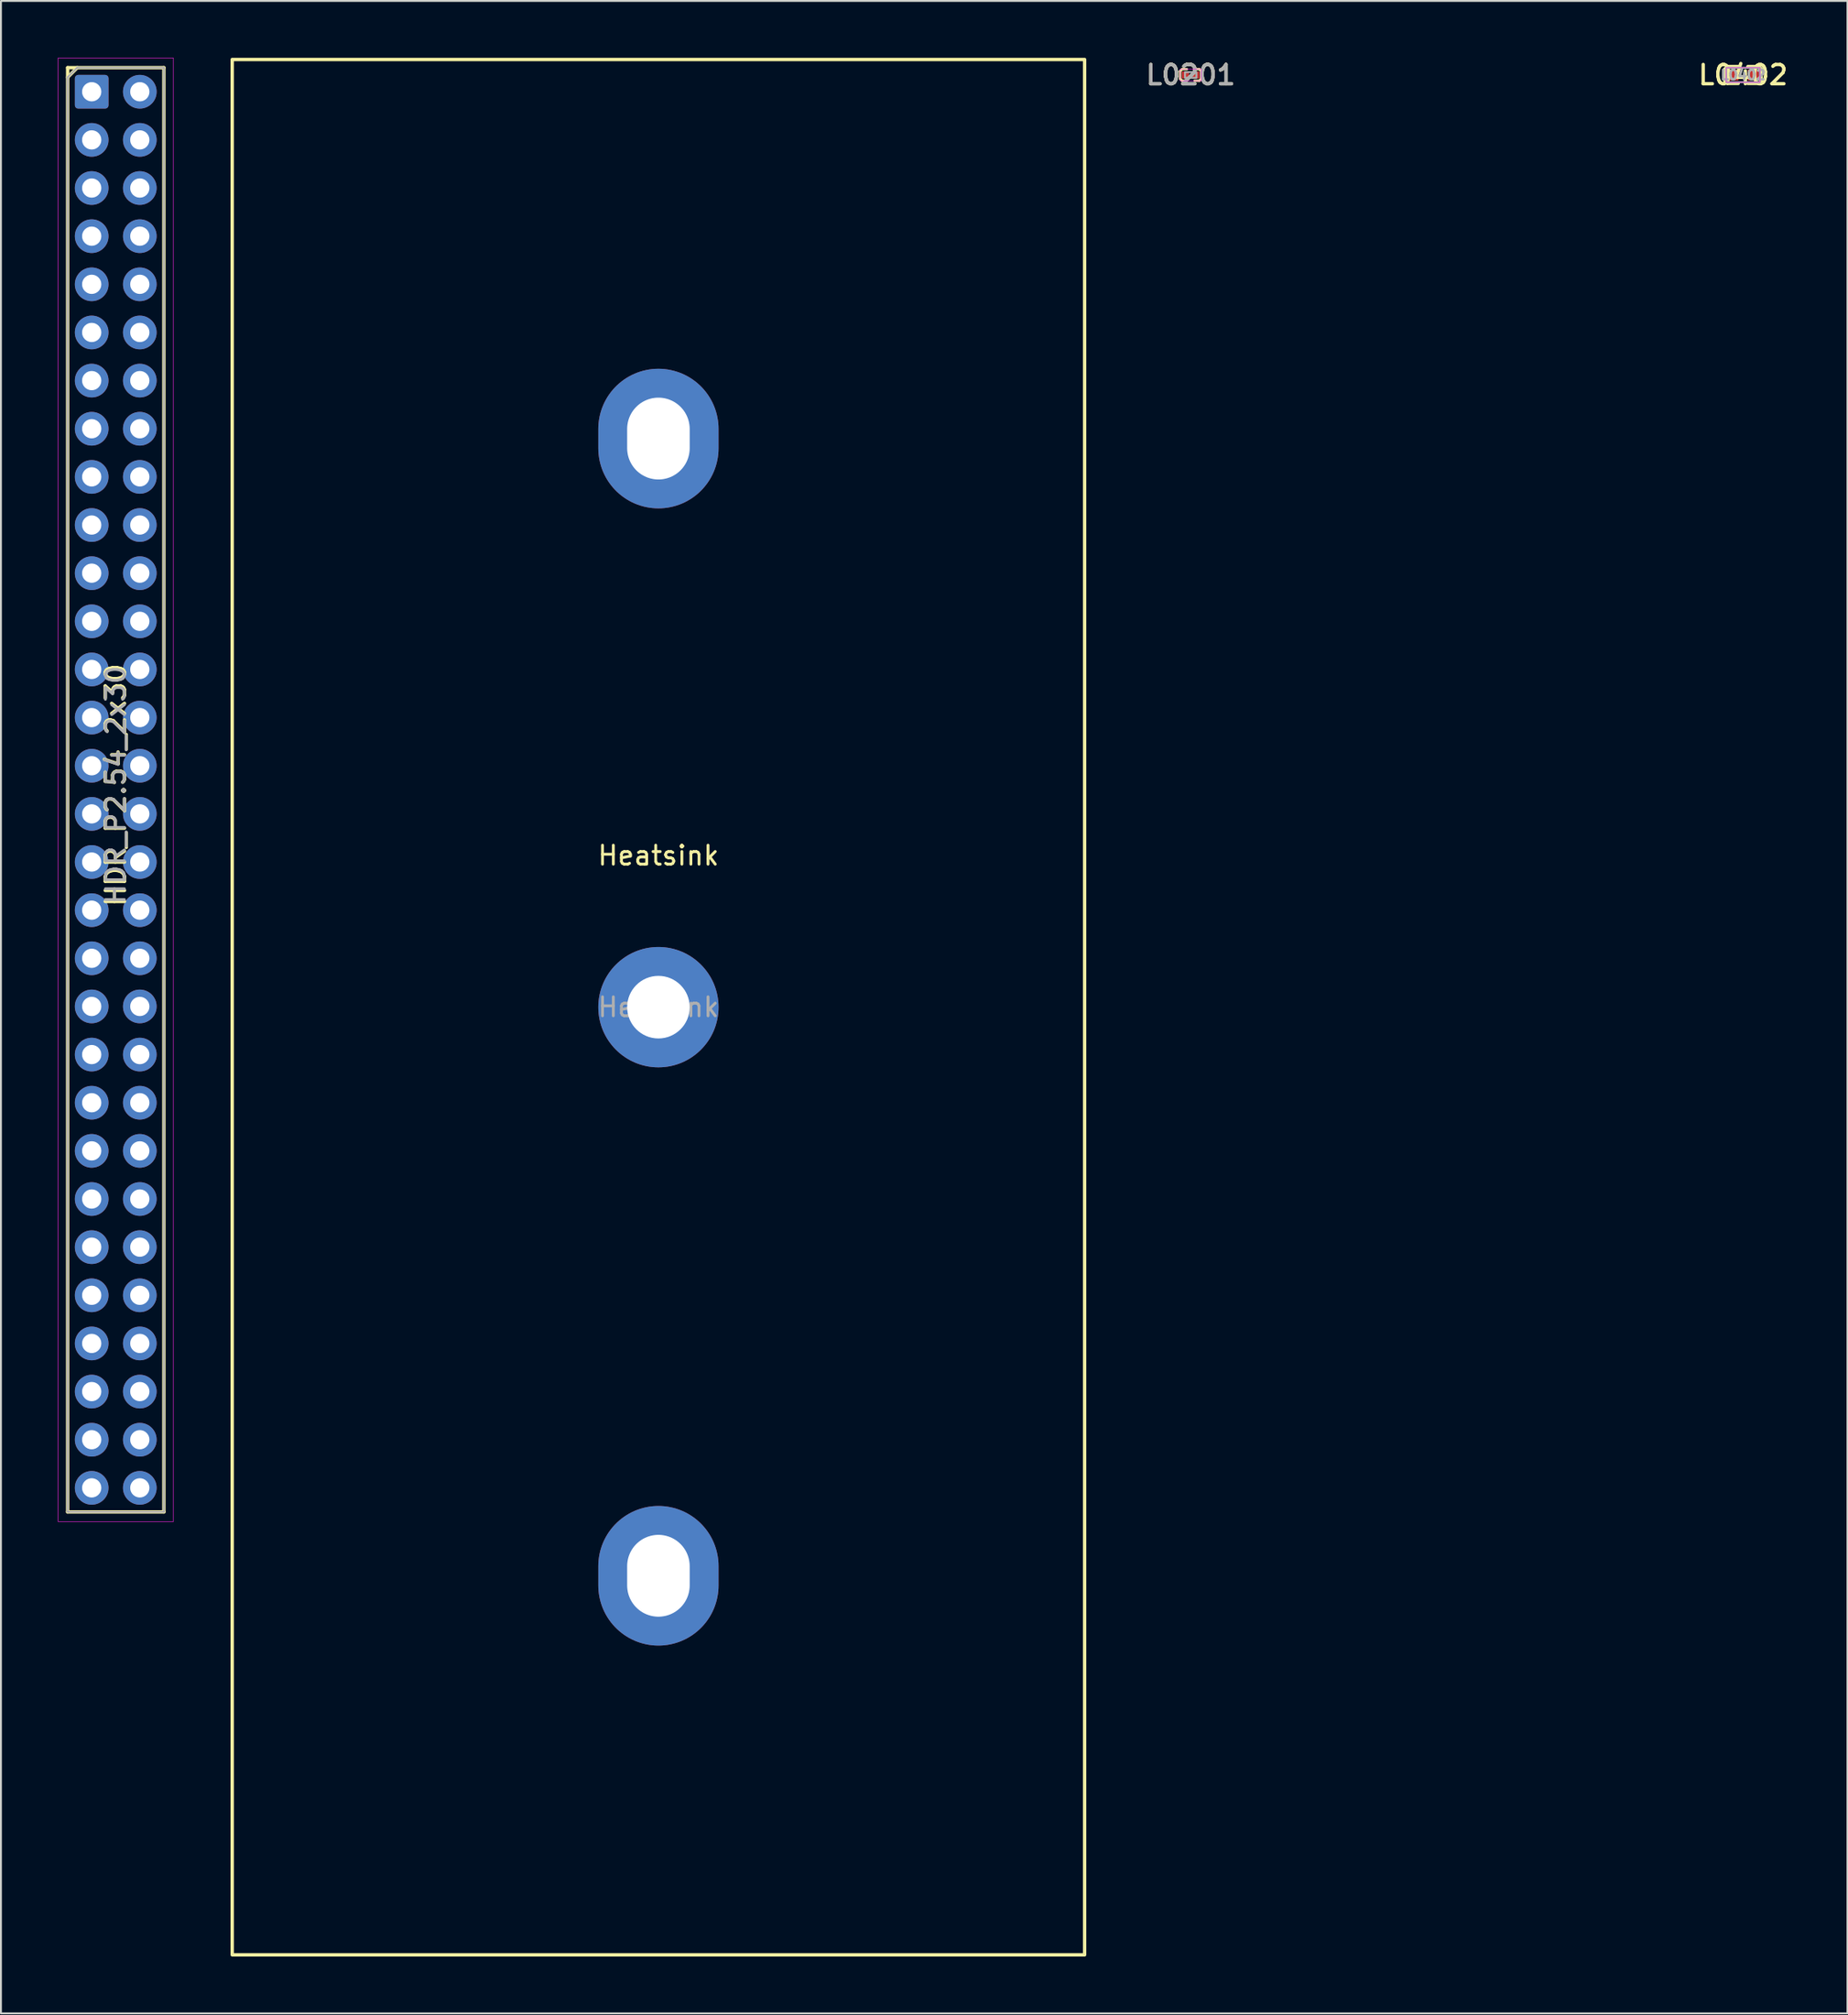
<source format=kicad_pcb>
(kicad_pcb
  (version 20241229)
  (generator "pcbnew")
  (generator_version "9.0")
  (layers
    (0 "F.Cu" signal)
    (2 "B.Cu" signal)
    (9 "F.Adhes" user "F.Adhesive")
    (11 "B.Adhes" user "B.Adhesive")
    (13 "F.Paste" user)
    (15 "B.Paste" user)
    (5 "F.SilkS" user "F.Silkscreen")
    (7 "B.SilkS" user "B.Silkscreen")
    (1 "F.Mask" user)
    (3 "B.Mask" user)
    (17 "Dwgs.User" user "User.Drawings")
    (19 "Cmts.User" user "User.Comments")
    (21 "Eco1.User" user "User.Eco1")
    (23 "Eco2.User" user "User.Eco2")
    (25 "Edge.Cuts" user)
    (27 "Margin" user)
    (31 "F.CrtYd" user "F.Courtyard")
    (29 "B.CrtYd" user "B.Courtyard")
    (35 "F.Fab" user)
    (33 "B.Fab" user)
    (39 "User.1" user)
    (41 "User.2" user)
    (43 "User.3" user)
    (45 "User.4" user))
  (footprint "HDR_P2.54_2x30"
    (layer "F.Cu")
    (at 3.061 38.621)
    (property "Reference" "HDR_P2.54_2x30" (at 0 -0.254 90) (layer "F.SilkS") (effects (font (size 1.016 1.016) (thickness 0.178))))
    (attr through_hole)
    (fp_line (start -2.54 -38.1) (end -2.54 38.1) (stroke (width 0.178) (type solid)) (layer "F.SilkS"))
    (fp_line (start -2.54 -38.1) (end 2.54 -38.1) (stroke (width 0.178) (type solid)) (layer "F.SilkS"))
    (fp_line (start -2.54 -37.592) (end -2.032 -38.1) (stroke (width 0.178) (type solid)) (layer "F.SilkS"))
    (fp_line (start -2.54 38.1) (end 2.54 38.1) (stroke (width 0.178) (type solid)) (layer "F.SilkS"))
    (fp_line (start 2.54 -38.1) (end 2.54 38.1) (stroke (width 0.178) (type solid)) (layer "F.SilkS"))
    (fp_rect (start -3.048 -38.608) (end 3.048 38.608) (stroke (width 0.025) (type solid)) (fill no) (layer "F.CrtYd"))
    (fp_line (start -2.54 -37.592) (end -2.032 -38.1) (stroke (width 0.1) (type solid)) (layer "F.Fab"))
    (fp_line (start -2.54 38.1) (end -2.54 -37.592) (stroke (width 0.1) (type solid)) (layer "F.Fab"))
    (fp_line (start -2.032 -38.1) (end 2.54 -38.1) (stroke (width 0.1) (type solid)) (layer "F.Fab"))
    (fp_line (start 2.54 -38.1) (end 2.54 38.1) (stroke (width 0.1) (type solid)) (layer "F.Fab"))
    (fp_line (start 2.54 38.1) (end -2.54 38.1) (stroke (width 0.1) (type solid)) (layer "F.Fab"))
    (fp_text user "${REFERENCE}" (at 0 -0.254 90) (layer "F.Fab") (effects (font (size 1 1) (thickness 0.15))))
    (pad "1" thru_hole roundrect (at -1.27 -36.83) (size 1.778 1.778) (drill 1.016) (layers "*.Cu" "*.Mask") (roundrect_rratio 0.1))
    (pad "2" thru_hole oval (at 1.27 -36.83) (size 1.778 1.778) (drill 1.016) (layers "*.Cu" "*.Mask"))
    (pad "3" thru_hole oval (at -1.27 -34.29) (size 1.778 1.778) (drill 1.016) (layers "*.Cu" "*.Mask"))
    (pad "4" thru_hole oval (at 1.27 -34.29) (size 1.778 1.778) (drill 1.016) (layers "*.Cu" "*.Mask"))
    (pad "5" thru_hole oval (at -1.27 -31.75) (size 1.778 1.778) (drill 1.016) (layers "*.Cu" "*.Mask"))
    (pad "6" thru_hole oval (at 1.27 -31.75) (size 1.778 1.778) (drill 1.016) (layers "*.Cu" "*.Mask"))
    (pad "7" thru_hole oval (at -1.27 -29.21) (size 1.778 1.778) (drill 1.016) (layers "*.Cu" "*.Mask"))
    (pad "8" thru_hole oval (at 1.27 -29.21) (size 1.778 1.778) (drill 1.016) (layers "*.Cu" "*.Mask"))
    (pad "9" thru_hole oval (at -1.27 -26.67) (size 1.778 1.778) (drill 1.016) (layers "*.Cu" "*.Mask"))
    (pad "10" thru_hole oval (at 1.27 -26.67) (size 1.778 1.778) (drill 1.016) (layers "*.Cu" "*.Mask"))
    (pad "11" thru_hole oval (at -1.27 -24.13) (size 1.778 1.778) (drill 1.016) (layers "*.Cu" "*.Mask"))
    (pad "12" thru_hole oval (at 1.27 -24.13) (size 1.778 1.778) (drill 1.016) (layers "*.Cu" "*.Mask"))
    (pad "13" thru_hole oval (at -1.27 -21.59) (size 1.778 1.778) (drill 1.016) (layers "*.Cu" "*.Mask"))
    (pad "14" thru_hole oval (at 1.27 -21.59) (size 1.778 1.778) (drill 1.016) (layers "*.Cu" "*.Mask"))
    (pad "15" thru_hole oval (at -1.27 -19.05) (size 1.778 1.778) (drill 1.016) (layers "*.Cu" "*.Mask"))
    (pad "16" thru_hole oval (at 1.27 -19.05) (size 1.778 1.778) (drill 1.016) (layers "*.Cu" "*.Mask"))
    (pad "17" thru_hole oval (at -1.27 -16.51) (size 1.778 1.778) (drill 1.016) (layers "*.Cu" "*.Mask"))
    (pad "18" thru_hole oval (at 1.27 -16.51) (size 1.778 1.778) (drill 1.016) (layers "*.Cu" "*.Mask"))
    (pad "19" thru_hole oval (at -1.27 -13.97) (size 1.778 1.778) (drill 1.016) (layers "*.Cu" "*.Mask"))
    (pad "20" thru_hole oval (at 1.27 -13.97) (size 1.778 1.778) (drill 1.016) (layers "*.Cu" "*.Mask"))
    (pad "21" thru_hole oval (at -1.27 -11.43) (size 1.778 1.778) (drill 1.016) (layers "*.Cu" "*.Mask"))
    (pad "22" thru_hole oval (at 1.27 -11.43) (size 1.778 1.778) (drill 1.016) (layers "*.Cu" "*.Mask"))
    (pad "23" thru_hole oval (at -1.27 -8.89) (size 1.778 1.778) (drill 1.016) (layers "*.Cu" "*.Mask"))
    (pad "24" thru_hole oval (at 1.27 -8.89) (size 1.778 1.778) (drill 1.016) (layers "*.Cu" "*.Mask"))
    (pad "25" thru_hole oval (at -1.27 -6.35) (size 1.778 1.778) (drill 1.016) (layers "*.Cu" "*.Mask"))
    (pad "26" thru_hole oval (at 1.27 -6.35) (size 1.778 1.778) (drill 1.016) (layers "*.Cu" "*.Mask"))
    (pad "27" thru_hole oval (at -1.27 -3.81) (size 1.778 1.778) (drill 1.016) (layers "*.Cu" "*.Mask"))
    (pad "28" thru_hole oval (at 1.27 -3.81) (size 1.778 1.778) (drill 1.016) (layers "*.Cu" "*.Mask"))
    (pad "29" thru_hole oval (at -1.27 -1.27) (size 1.778 1.778) (drill 1.016) (layers "*.Cu" "*.Mask"))
    (pad "30" thru_hole oval (at 1.27 -1.27) (size 1.778 1.778) (drill 1.016) (layers "*.Cu" "*.Mask"))
    (pad "31" thru_hole oval (at -1.27 1.27) (size 1.778 1.778) (drill 1.016) (layers "*.Cu" "*.Mask"))
    (pad "32" thru_hole oval (at 1.27 1.27) (size 1.778 1.778) (drill 1.016) (layers "*.Cu" "*.Mask"))
    (pad "33" thru_hole oval (at -1.27 3.81) (size 1.778 1.778) (drill 1.016) (layers "*.Cu" "*.Mask"))
    (pad "34" thru_hole oval (at 1.27 3.81) (size 1.778 1.778) (drill 1.016) (layers "*.Cu" "*.Mask"))
    (pad "35" thru_hole oval (at -1.27 6.35) (size 1.778 1.778) (drill 1.016) (layers "*.Cu" "*.Mask"))
    (pad "36" thru_hole oval (at 1.27 6.35) (size 1.778 1.778) (drill 1.016) (layers "*.Cu" "*.Mask"))
    (pad "37" thru_hole oval (at -1.27 8.89) (size 1.778 1.778) (drill 1.016) (layers "*.Cu" "*.Mask"))
    (pad "38" thru_hole oval (at 1.27 8.89) (size 1.778 1.778) (drill 1.016) (layers "*.Cu" "*.Mask"))
    (pad "39" thru_hole oval (at -1.27 11.43) (size 1.778 1.778) (drill 1.016) (layers "*.Cu" "*.Mask"))
    (pad "40" thru_hole oval (at 1.27 11.43) (size 1.778 1.778) (drill 1.016) (layers "*.Cu" "*.Mask"))
    (pad "41" thru_hole oval (at -1.27 13.97) (size 1.778 1.778) (drill 1.016) (layers "*.Cu" "*.Mask"))
    (pad "42" thru_hole oval (at 1.27 13.97) (size 1.778 1.778) (drill 1.016) (layers "*.Cu" "*.Mask"))
    (pad "43" thru_hole oval (at -1.27 16.51) (size 1.778 1.778) (drill 1.016) (layers "*.Cu" "*.Mask"))
    (pad "44" thru_hole oval (at 1.27 16.51) (size 1.778 1.778) (drill 1.016) (layers "*.Cu" "*.Mask"))
    (pad "45" thru_hole oval (at -1.27 19.05) (size 1.778 1.778) (drill 1.016) (layers "*.Cu" "*.Mask"))
    (pad "46" thru_hole oval (at 1.27 19.05) (size 1.778 1.778) (drill 1.016) (layers "*.Cu" "*.Mask"))
    (pad "47" thru_hole oval (at -1.27 21.59) (size 1.778 1.778) (drill 1.016) (layers "*.Cu" "*.Mask"))
    (pad "48" thru_hole oval (at 1.27 21.59) (size 1.778 1.778) (drill 1.016) (layers "*.Cu" "*.Mask"))
    (pad "49" thru_hole oval (at -1.27 24.13) (size 1.778 1.778) (drill 1.016) (layers "*.Cu" "*.Mask"))
    (pad "50" thru_hole oval (at 1.27 24.13) (size 1.778 1.778) (drill 1.016) (layers "*.Cu" "*.Mask"))
    (pad "51" thru_hole oval (at -1.27 26.67) (size 1.778 1.778) (drill 1.016) (layers "*.Cu" "*.Mask"))
    (pad "52" thru_hole oval (at 1.27 26.67) (size 1.778 1.778) (drill 1.016) (layers "*.Cu" "*.Mask"))
    (pad "53" thru_hole oval (at -1.27 29.21) (size 1.778 1.778) (drill 1.016) (layers "*.Cu" "*.Mask"))
    (pad "54" thru_hole oval (at 1.27 29.21) (size 1.778 1.778) (drill 1.016) (layers "*.Cu" "*.Mask"))
    (pad "55" thru_hole oval (at -1.27 31.75) (size 1.778 1.778) (drill 1.016) (layers "*.Cu" "*.Mask"))
    (pad "56" thru_hole oval (at 1.27 31.75) (size 1.778 1.778) (drill 1.016) (layers "*.Cu" "*.Mask"))
    (pad "57" thru_hole oval (at -1.27 34.29) (size 1.778 1.778) (drill 1.016) (layers "*.Cu" "*.Mask"))
    (pad "58" thru_hole oval (at 1.27 34.29) (size 1.778 1.778) (drill 1.016) (layers "*.Cu" "*.Mask"))
    (pad "59" thru_hole oval (at -1.27 36.83) (size 1.778 1.778) (drill 1.016) (layers "*.Cu" "*.Mask"))
    (pad "60" thru_hole oval (at 1.27 36.83) (size 1.778 1.778) (drill 1.016) (layers "*.Cu" "*.Mask")))
  (footprint "L0201"
    (layer "F.Cu")
    (at 59.811 0.906)
    (property "Reference" "L0201" (at 0 0 0) (layer "F.SilkS") (effects (font (size 1.016 1.016) (thickness 0.178))))
    (attr smd)
    (fp_line (start -0.559 -0.203) (end -0.559 0.203) (stroke (width 0.127) (type solid)) (layer "F.SilkS"))
    (fp_line (start -0.559 -0.203) (end -0.457 -0.305) (stroke (width 0.127) (type solid)) (layer "F.SilkS"))
    (fp_line (start -0.559 0.203) (end -0.457 0.305) (stroke (width 0.127) (type solid)) (layer "F.SilkS"))
    (fp_line (start -0.457 0.305) (end -0.203 0.305) (stroke (width 0.127) (type solid)) (layer "F.SilkS"))
    (fp_line (start -0.203 -0.305) (end -0.457 -0.305) (stroke (width 0.127) (type solid)) (layer "F.SilkS"))
    (fp_line (start 0.457 -0.305) (end 0.203 -0.305) (stroke (width 0.127) (type solid)) (layer "F.SilkS"))
    (fp_line (start 0.457 0.305) (end 0.203 0.305) (stroke (width 0.127) (type solid)) (layer "F.SilkS"))
    (fp_line (start 0.457 0.305) (end 0.559 0.203) (stroke (width 0.127) (type solid)) (layer "F.SilkS"))
    (fp_line (start 0.559 -0.203) (end 0.457 -0.305) (stroke (width 0.127) (type solid)) (layer "F.SilkS"))
    (fp_line (start 0.559 -0.203) (end 0.559 0.203) (stroke (width 0.127) (type solid)) (layer "F.SilkS"))
    (fp_line (start 0.559 0.203) (end 0.559 -0.203) (stroke (width 0.12) (type solid)) (layer "F.SilkS"))
    (fp_rect (start -0.559 -0.305) (end 0.559 0.305) (stroke (width 0.025) (type solid)) (fill no) (layer "F.CrtYd"))
    (fp_rect (start -0.3 -0.15) (end 0.3 0.15) (stroke (width 0.1) (type solid)) (fill no) (layer "F.Fab"))
    (fp_text user "${REFERENCE}" (at 0 0 0) (layer "F.Fab") (effects (font (size 1.016 1.016) (thickness 0.178))))
    (fp_text user "Dimension: 0.6x0.3mm" (at 0 5.588 0) (unlocked yes) (layer "User.1") (effects (font (size 1.016 1.016) (thickness 0.178) (italic yes)) (justify left)))
    (fp_text user "Footprint: 0201 (0603 Metric)" (at 0 3.556 0) (unlocked yes) (layer "User.1") (effects (font (size 1.016 1.016) (thickness 0.178) (italic yes)) (justify left)))
    (fp_text user "Auth: Thanh Duong" (at 0 7.62 0) (unlocked yes) (layer "User.1") (effects (font (size 1.016 1.016) (thickness 0.178) (italic yes)) (justify left)))
    (pad "1" smd rect (at -0.279 0) (size 0.381 0.381) (layers "F.Cu" "F.Mask" "F.Paste"))
    (pad "2" smd rect (at 0.279 0) (size 0.381 0.381) (layers "F.Cu" "F.Mask" "F.Paste")))
  (footprint "Heatsink"
    (layer "F.Cu")
    (at 31.71 50.089)
    (property "Reference" "Heatsink" (at 0 -8 0) (layer "F.SilkS") (effects (font (size 1 1) (thickness 0.15))))
    (attr through_hole)
    (fp_rect (start -22.5 -50) (end 22.5 50) (stroke (width 0.178) (type solid)) (fill no) (layer "F.SilkS"))
    (fp_text user "${REFERENCE}" (at 0 0 0) (layer "F.Fab") (effects (font (size 1 1) (thickness 0.15))))
    (pad "1" thru_hole oval (at 0 -30) (size 6.35 7.366) (drill oval 3.302 4.318) (layers "*.Cu" "*.Mask"))
    (pad "2" thru_hole circle (at 0 0) (size 6.35 6.35) (drill 3.302) (layers "*.Cu" "*.Mask"))
    (pad "3" thru_hole oval (at 0 30) (size 6.35 7.366) (drill oval 3.302 4.318) (layers "*.Cu" "*.Mask")))
  (footprint "L0402"
    (layer "F.Cu")
    (at 88.972 0.906)
    (property "Reference" "L0402" (at 0 0 0) (layer "F.SilkS") (effects (font (size 1.016 1.016) (thickness 0.178))))
    (attr smd)
    (fp_line (start -0.953 -0.318) (end -0.826 -0.445) (stroke (width 0.178) (type solid)) (layer "F.SilkS"))
    (fp_line (start -0.953 0.318) (end -0.953 -0.318) (stroke (width 0.178) (type solid)) (layer "F.SilkS"))
    (fp_line (start -0.826 0.445) (end -0.953 0.318) (stroke (width 0.178) (type solid)) (layer "F.SilkS"))
    (fp_line (start -0.826 0.445) (end -0.254 0.445) (stroke (width 0.178) (type solid)) (layer "F.SilkS"))
    (fp_line (start -0.254 -0.445) (end -0.826 -0.445) (stroke (width 0.178) (type solid)) (layer "F.SilkS"))
    (fp_line (start 0.254 -0.445) (end 0.826 -0.445) (stroke (width 0.178) (type solid)) (layer "F.SilkS"))
    (fp_line (start 0.254 0.445) (end 0.826 0.445) (stroke (width 0.178) (type solid)) (layer "F.SilkS"))
    (fp_line (start 0.826 -0.445) (end 0.953 -0.318) (stroke (width 0.178) (type solid)) (layer "F.SilkS"))
    (fp_line (start 0.826 0.445) (end 0.953 0.318) (stroke (width 0.178) (type solid)) (layer "F.SilkS"))
    (fp_line (start 0.953 -0.318) (end 0.953 0.318) (stroke (width 0.178) (type solid)) (layer "F.SilkS"))
    (fp_rect (start -0.889 -0.381) (end 0.889 0.381) (stroke (width 0.025) (type solid)) (fill no) (layer "F.CrtYd"))
    (fp_rect (start -0.889 -0.381) (end 0.889 0.381) (stroke (width 0.1) (type solid)) (fill no) (layer "F.Fab"))
    (fp_text user "${REFERENCE}" (at 0 0 0) (layer "F.Fab") (effects (font (size 0.508 0.508) (thickness 0.127))))
    (pad "1" smd rect (at -0.533 0) (size 0.584 0.584) (layers "F.Cu" "F.Mask" "F.Paste"))
    (pad "2" smd rect (at 0.533 0) (size 0.584 0.584) (layers "F.Cu" "F.Mask" "F.Paste")))
  (gr_rect
    (start -3 -3)
    (end 94.484 103.178)
    (stroke (width 0.1) (type default))
    (fill no)
    (layer "Edge.Cuts")))
</source>
